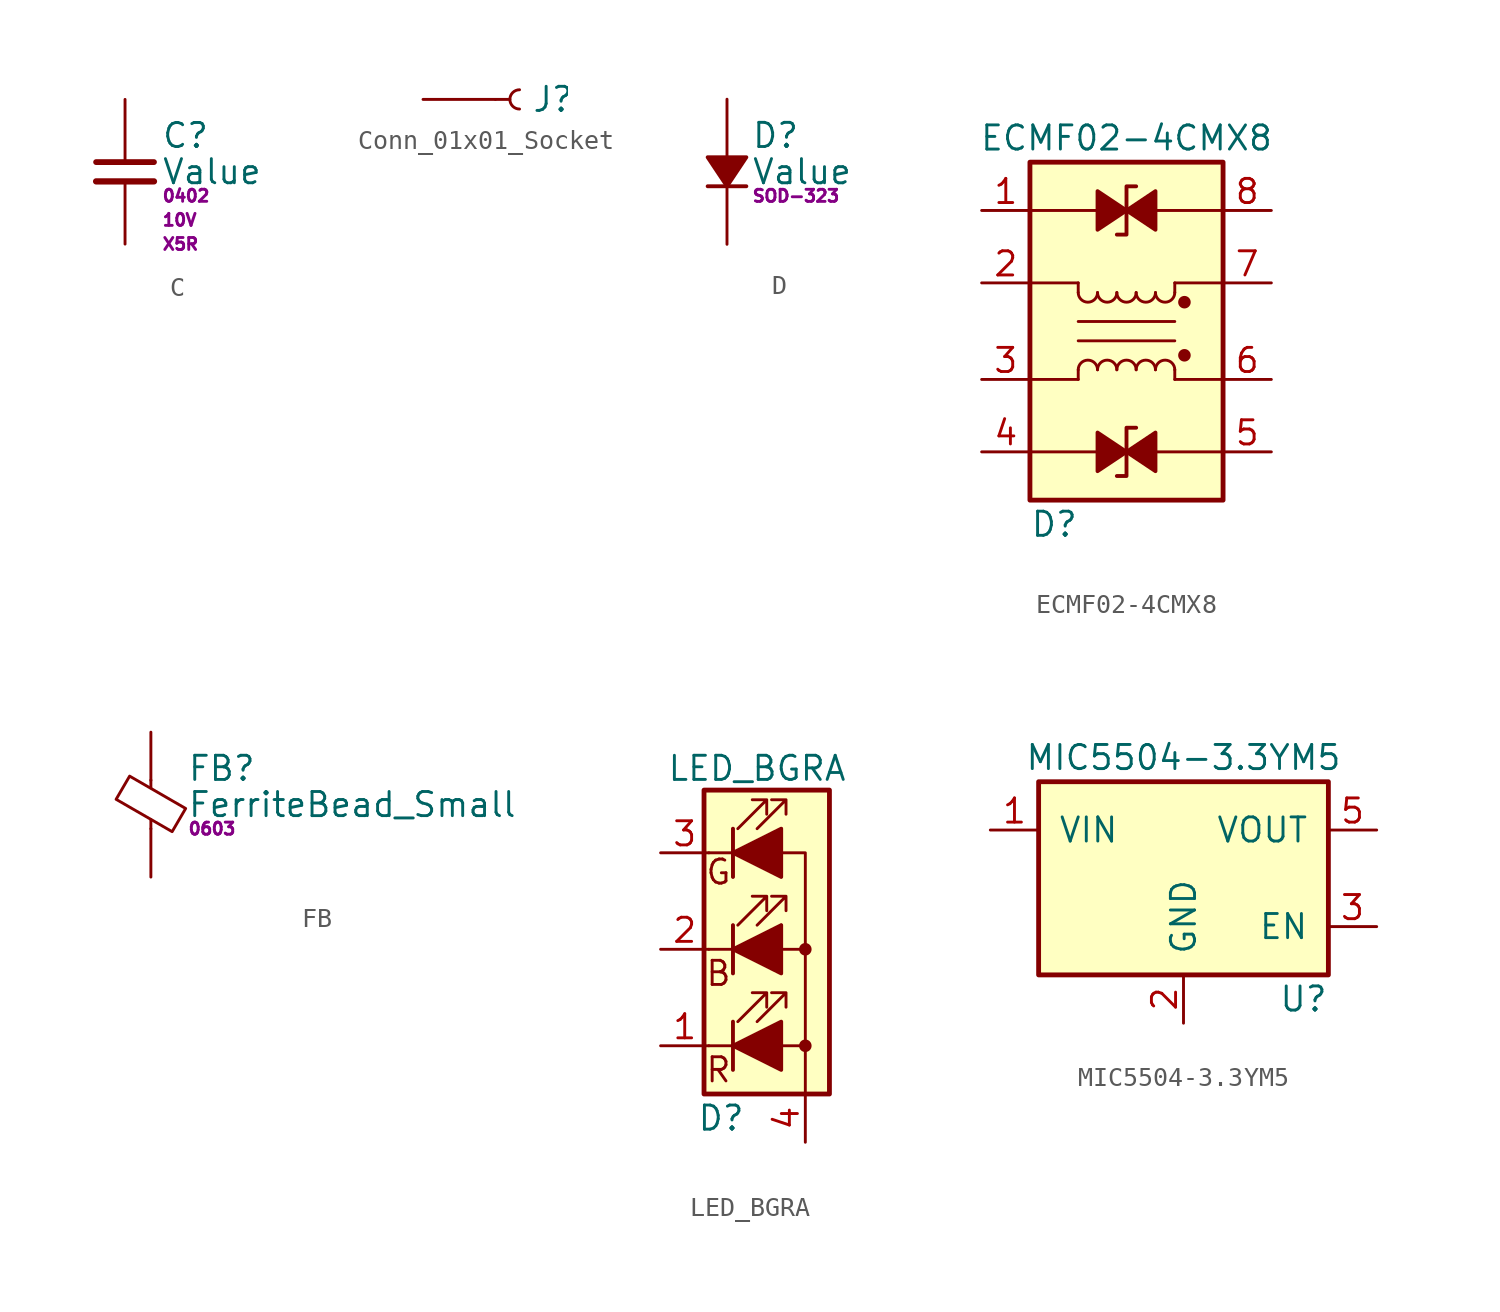
<source format=kicad_sym>
(kicad_symbol_lib
  (version 20231120)
  (generator "kicad_symbol_editor")
  (generator_version "8.0")
  (symbol "C"
    (pin_numbers hide)
    (pin_names
      (offset 0.254) hide)
    (property "Reference" "C"
      (at 1.905 1.905 0)
      (do_not_autoplace)
      (effects (font (size 1.27 1.27)) (justify left)))
    (property "Value" "Value"
      (at 1.905 0 0)
      (do_not_autoplace)
      (effects (font (size 1.27 1.27)) (justify left)))
    (property "Tempco" "X5R"
      (at 1.905 -3.81 0)
      (do_not_autoplace)
      (effects (font (size 0.63 0.63)) (justify left)))
    (property "Voltage" "10V"
      (at 1.905 -2.54 0)
      (do_not_autoplace)
      (effects (font (size 0.63 0.63)) (justify left)))
    (property "Package" "0402"
      (at 1.905 -1.27 0)
      (do_not_autoplace)
      (effects (font (size 0.635 0.635)) (justify left)))
    (symbol "C_0_1"
      (polyline (pts (xy -1.524 -0.508) (xy 1.524 -0.508)) (stroke (width 0.33) (type solid)) (fill (type none)))
      (polyline (pts (xy -1.524 0.508) (xy 1.524 0.508)) (stroke (width 0.305) (type solid)) (fill (type none))))
    (symbol "C_1_1"
      (pin passive line (at 0 3.81 270) (length 3.302) (name "~" (effects (font (size 1.27 1.27)))) (number "1" (effects (font (size 1.27 1.27)))))
      (pin passive line (at 0 -3.81 90) (length 3.302) (name "~" (effects (font (size 1.27 1.27)))) (number "2" (effects (font (size 1.27 1.27)))))))
  (symbol "Conn_01x01_Socket"
    (pin_numbers hide)
    (pin_names
      (offset 1.016) hide)
    (property "Reference" "J"
      (at 0.635 0 0)
      (do_not_autoplace)
      (effects (font (size 1.27 1.27)) (justify left)))
    (symbol "Conn_01x01_Socket_1_1"
      (polyline (pts (xy -1.27 0) (xy -0.508 0)) (stroke (width 0.152) (type default)) (fill (type none)))
      (arc (start 0 0.508) (mid -0.5058 0) (end 0 -0.508) (stroke (width 0.1524) (type default)) (fill (type none)))
      (pin passive line (at -5.08 0 0) (length 3.81) (name "Pin_1" (effects (font (size 1.27 1.27)))) (number "1" (effects (font (size 1.27 1.27)))))))
  (symbol "D"
    (pin_numbers hide)
    (pin_names
      (offset 0.254) hide)
    (property "Reference" "D"
      (at 1.27 1.905 0)
      (do_not_autoplace)
      (effects (font (size 1.27 1.27)) (justify left)))
    (property "Value" "Value"
      (at 1.27 0 0)
      (do_not_autoplace)
      (effects (font (size 1.27 1.27)) (justify left)))
    (property "Package" "SOD-323"
      (at 1.27 -1.27 0)
      (do_not_autoplace)
      (effects (font (size 0.635 0.635)) (justify left)))
    (symbol "D_0_1"
      (polyline (pts (xy 0 -0.762) (xy 0 0.762)) (stroke (width 0) (type solid)) (fill (type none))))
    (symbol "D_1_1"
      (polyline (pts (xy 1.016 -0.762) (xy -1.016 -0.762)) (stroke (width 0.203) (type solid)) (fill (type none)))
      (polyline (pts (xy 1.016 0.762) (xy 0 -0.762) (xy -1.016 0.762) (xy 1.016 0.762)) (stroke (width 0.203) (type solid)) (fill (type outline)))
      (pin passive line (at 0 -3.81 90) (length 3.048) (name "K" (effects (font (size 1.27 1.27)))) (number "1" (effects (font (size 1.27 1.27)))))
      (pin passive line (at 0 3.81 270) (length 3.048) (name "A" (effects (font (size 1.27 1.27)))) (number "2" (effects (font (size 1.27 1.27)))))))
  (symbol "ECMF02-4CMX8"
    (pin_names
      (offset 1.016) hide)
    (property "Reference" "D"
      (at -8.89 -10.16 0)
      (do_not_autoplace)
      (effects (font (size 1.27 1.27)) (justify left)))
    (property "Value" "ECMF02-4CMX8"
      (at -3.81 10.16 0)
      (do_not_autoplace)
      (effects (font (size 1.27 1.27))))
    (symbol "ECMF02-4CMX8_0_1"
      (arc (start -6.35 2.032) (mid -5.842 1.5262) (end -5.334 2.032) (stroke (width 0) (type default)) (fill (type none)))
      (arc (start -5.334 -2.032) (mid -5.842 -1.5262) (end -6.35 -2.032) (stroke (width 0) (type default)) (fill (type none)))
      (arc (start -5.334 2.032) (mid -4.826 1.5262) (end -4.318 2.032) (stroke (width 0) (type default)) (fill (type none)))
      (arc (start -4.318 -2.032) (mid -4.826 -1.5262) (end -5.334 -2.032) (stroke (width 0) (type default)) (fill (type none)))
      (arc (start -4.318 2.032) (mid -3.81 1.5262) (end -3.302 2.032) (stroke (width 0) (type default)) (fill (type none)))
      (arc (start -3.302 -2.032) (mid -3.81 -1.5262) (end -4.318 -2.032) (stroke (width 0) (type default)) (fill (type none)))
      (arc (start -3.302 2.032) (mid -2.794 1.5262) (end -2.286 2.032) (stroke (width 0) (type default)) (fill (type none)))
      (arc (start -2.286 -2.032) (mid -2.794 -1.5262) (end -3.302 -2.032) (stroke (width 0) (type default)) (fill (type none)))
      (arc (start -2.286 2.032) (mid -1.778 1.5262) (end -1.27 2.032) (stroke (width 0) (type default)) (fill (type none)))
      (arc (start -1.27 -2.032) (mid -1.778 -1.5262) (end -2.286 -2.032) (stroke (width 0) (type default)) (fill (type none)))
      (circle (center -0.762 -1.27) (radius 0.254) (stroke (width 0) (type default)) (fill (type outline)))
      (circle (center -0.762 1.524) (radius 0.254) (stroke (width 0) (type default)) (fill (type outline)))
      (polyline (pts (xy -6.35 -2.54) (xy -8.89 -2.54)) (stroke (width 0) (type default)) (fill (type none)))
      (polyline (pts (xy -6.35 -2.032) (xy -6.35 -2.54)) (stroke (width 0) (type default)) (fill (type none)))
      (polyline (pts (xy -6.35 -0.508) (xy -1.27 -0.508)) (stroke (width 0) (type default)) (fill (type none)))
      (polyline (pts (xy -6.35 2.54) (xy -8.89 2.54)) (stroke (width 0) (type default)) (fill (type none)))
      (polyline (pts (xy -6.35 2.54) (xy -6.35 2.032)) (stroke (width 0) (type default)) (fill (type none)))
      (polyline (pts (xy -5.08 -6.35) (xy -8.89 -6.35)) (stroke (width 0) (type default)) (fill (type none)))
      (polyline (pts (xy -5.08 -6.35) (xy -2.54 -6.35)) (stroke (width 0) (type solid)) (fill (type none)))
      (polyline (pts (xy -5.08 6.35) (xy -8.89 6.35)) (stroke (width 0) (type default)) (fill (type none)))
      (polyline (pts (xy -5.08 6.35) (xy -2.54 6.35)) (stroke (width 0) (type solid)) (fill (type none)))
      (polyline (pts (xy -1.27 -2.54) (xy 1.27 -2.54)) (stroke (width 0) (type default)) (fill (type none)))
      (polyline (pts (xy -1.27 -2.032) (xy -1.27 -2.54)) (stroke (width 0) (type default)) (fill (type none)))
      (polyline (pts (xy -1.27 0.508) (xy -6.35 0.508)) (stroke (width 0) (type default)) (fill (type none)))
      (polyline (pts (xy -1.27 2.032) (xy -1.27 2.54)) (stroke (width 0) (type default)) (fill (type none)))
      (polyline (pts (xy 1.27 -6.35) (xy -2.54 -6.35)) (stroke (width 0) (type default)) (fill (type none)))
      (polyline (pts (xy 1.27 2.54) (xy -1.27 2.54)) (stroke (width 0) (type default)) (fill (type none)))
      (polyline (pts (xy 1.27 6.35) (xy -2.54 6.35)) (stroke (width 0) (type default)) (fill (type none)))
      (polyline (pts (xy -4.318 -7.62) (xy -3.81 -7.62) (xy -3.81 -5.08) (xy -3.302 -5.08)) (stroke (width 0.203) (type solid)) (fill (type none)))
      (polyline (pts (xy -4.318 5.08) (xy -3.81 5.08) (xy -3.81 7.62) (xy -3.302 7.62)) (stroke (width 0.203) (type solid)) (fill (type none))))
    (symbol "ECMF02-4CMX8_1_1"
      (rectangle (start -8.89 8.89) (end 1.27 -8.89) (stroke (width 0.254) (type default)) (fill (type background)))
      (polyline (pts (xy -5.334 -5.334) (xy -3.81 -6.35) (xy -5.334 -7.366) (xy -5.334 -5.334)) (stroke (width 0.203) (type solid)) (fill (type outline)))
      (polyline (pts (xy -5.334 7.366) (xy -3.81 6.35) (xy -5.334 5.334) (xy -5.334 7.366)) (stroke (width 0.203) (type solid)) (fill (type outline)))
      (polyline (pts (xy -2.286 -7.366) (xy -3.81 -6.35) (xy -2.286 -5.334) (xy -2.286 -7.366)) (stroke (width 0.203) (type solid)) (fill (type outline)))
      (polyline (pts (xy -2.286 5.334) (xy -3.81 6.35) (xy -2.286 7.366) (xy -2.286 5.334)) (stroke (width 0.203) (type solid)) (fill (type outline)))
      (pin passive line (at -11.43 6.35 0) (length 2.54) (name "~" (effects (font (size 1.27 1.27)))) (number "1" (effects (font (size 1.27 1.27)))))
      (pin passive line (at -11.43 2.54 0) (length 2.54) (name "~" (effects (font (size 1.27 1.27)))) (number "2" (effects (font (size 1.27 1.27)))))
      (pin passive line (at -11.43 -2.54 0) (length 2.54) (name "~" (effects (font (size 1.27 1.27)))) (number "3" (effects (font (size 1.27 1.27)))))
      (pin passive line (at -11.43 -6.35 0) (length 2.54) (name "~" (effects (font (size 1.27 1.27)))) (number "4" (effects (font (size 1.27 1.27)))))
      (pin passive line (at 3.81 -6.35 180) (length 2.54) (name "~" (effects (font (size 1.27 1.27)))) (number "5" (effects (font (size 1.27 1.27)))))
      (pin passive line (at 3.81 -2.54 180) (length 2.54) (name "~" (effects (font (size 1.27 1.27)))) (number "6" (effects (font (size 1.27 1.27)))))
      (pin passive line (at 3.81 2.54 180) (length 2.54) (name "~" (effects (font (size 1.27 1.27)))) (number "7" (effects (font (size 1.27 1.27)))))
      (pin passive line (at 3.81 6.35 180) (length 2.54) (name "~" (effects (font (size 1.27 1.27)))) (number "8" (effects (font (size 1.27 1.27)))))))
  (symbol "FB"
    (pin_numbers hide)
    (pin_names
      (offset 0))
    (property "Reference" "FB"
      (at 1.905 1.905 0)
      (do_not_autoplace)
      (effects (font (size 1.27 1.27)) (justify left)))
    (property "Value" "FerriteBead_Small"
      (at 1.905 0 0)
      (do_not_autoplace)
      (effects (font (size 1.27 1.27)) (justify left)))
    (property "Package" "0603"
      (at 1.905 -1.27 0)
      (do_not_autoplace)
      (effects (font (size 0.635 0.635)) (justify left)))
    (symbol "FB_0_1"
      (polyline (pts (xy 0 -1.27) (xy 0 -0.787)) (stroke (width 0) (type default)) (fill (type none)))
      (polyline (pts (xy 0 0.889) (xy 0 1.295)) (stroke (width 0) (type default)) (fill (type none)))
      (polyline (pts (xy -1.829 0.279) (xy -1.118 1.499) (xy 1.829 -0.203) (xy 1.118 -1.422) (xy -1.829 0.279)) (stroke (width 0) (type default)) (fill (type none))))
    (symbol "FB_1_1"
      (pin passive line (at 0 3.81 270) (length 2.54) (name "~" (effects (font (size 1.27 1.27)))) (number "1" (effects (font (size 1.27 1.27)))))
      (pin passive line (at 0 -3.81 90) (length 2.54) (name "~" (effects (font (size 1.27 1.27)))) (number "2" (effects (font (size 1.27 1.27)))))))
  (symbol "LED_BGRA"
    (pin_names
      (offset 0) hide)
    (property "Reference" "D"
      (at -3.175 -8.89 0)
      (do_not_autoplace)
      (effects (font (size 1.27 1.27)) (justify left)))
    (property "Value" "LED_BGRA"
      (at 0 9.525 0)
      (do_not_autoplace)
      (effects (font (size 1.27 1.27))))
    (symbol "LED_BGRA_0_0"
      (text "G" (at -2.032 4.064 0) (effects (font (size 1.27 1.27)))))
    (symbol "LED_BGRA_0_1"
      (rectangle (start -2.794 8.382) (end 3.81 -7.62) (stroke (width 0.254) (type default)) (fill (type background)))
      (polyline (pts (xy -1.27 -5.08) (xy -2.54 -5.08)) (stroke (width 0) (type default)) (fill (type none)))
      (polyline (pts (xy -1.27 -5.08) (xy 1.27 -5.08)) (stroke (width 0) (type default)) (fill (type none)))
      (polyline (pts (xy -1.27 0) (xy -2.54 0)) (stroke (width 0) (type default)) (fill (type none)))
      (polyline (pts (xy -1.27 5.08) (xy -2.54 5.08)) (stroke (width 0) (type default)) (fill (type none)))
      (polyline (pts (xy -1.27 5.08) (xy 1.27 5.08)) (stroke (width 0) (type default)) (fill (type none)))
      (polyline (pts (xy 1.27 0) (xy -1.27 0)) (stroke (width 0) (type default)) (fill (type none)))
      (polyline (pts (xy 1.27 0) (xy 2.54 0)) (stroke (width 0) (type default)) (fill (type none)))
      (polyline (pts (xy -1.27 1.27) (xy -1.27 -1.27) (xy -1.27 -1.27)) (stroke (width 0) (type default)) (fill (type none)))
      (polyline (pts (xy -1.27 6.35) (xy -1.27 3.81) (xy -1.27 3.81)) (stroke (width 0) (type default)) (fill (type none)))
      (polyline (pts (xy 1.27 -5.08) (xy 2.54 -5.08) (xy 2.54 5.08) (xy 1.27 5.08)) (stroke (width 0) (type default)) (fill (type none)))
      (polyline (pts (xy -1.016 -3.81) (xy 0.508 -2.286) (xy -0.254 -2.286) (xy 0.508 -2.286) (xy 0.508 -3.048)) (stroke (width 0) (type default)) (fill (type none)))
      (polyline (pts (xy -1.016 1.27) (xy 0.508 2.794) (xy -0.254 2.794) (xy 0.508 2.794) (xy 0.508 2.032)) (stroke (width 0) (type default)) (fill (type none)))
      (polyline (pts (xy -1.016 6.35) (xy 0.508 7.874) (xy -0.254 7.874) (xy 0.508 7.874) (xy 0.508 7.112)) (stroke (width 0) (type default)) (fill (type none)))
      (polyline (pts (xy 0 -3.81) (xy 1.524 -2.286) (xy 0.762 -2.286) (xy 1.524 -2.286) (xy 1.524 -3.048)) (stroke (width 0) (type default)) (fill (type none)))
      (polyline (pts (xy 0 1.27) (xy 1.524 2.794) (xy 0.762 2.794) (xy 1.524 2.794) (xy 1.524 2.032)) (stroke (width 0) (type default)) (fill (type none)))
      (polyline (pts (xy 0 6.35) (xy 1.524 7.874) (xy 0.762 7.874) (xy 1.524 7.874) (xy 1.524 7.112)) (stroke (width 0) (type default)) (fill (type none)))
      (rectangle (start 1.27 -1.27) (end 1.27 1.27) (stroke (width 0) (type default)) (fill (type none)))
      (rectangle (start 1.27 1.27) (end 1.27 1.27) (stroke (width 0) (type default)) (fill (type none)))
      (rectangle (start 1.27 3.81) (end 1.27 6.35) (stroke (width 0) (type default)) (fill (type none)))
      (rectangle (start 1.27 6.35) (end 1.27 6.35) (stroke (width 0) (type default)) (fill (type none)))
      (circle (center 2.54 -5.08) (radius 0.254) (stroke (width 0) (type default)) (fill (type outline)))
      (circle (center 2.54 0) (radius 0.254) (stroke (width 0) (type default)) (fill (type outline))))
    (symbol "LED_BGRA_1_0"
      (text "B" (at -2.032 -1.27 0) (effects (font (size 1.27 1.27))))
      (text "R" (at -2.032 -6.35 0) (effects (font (size 1.27 1.27)))))
    (symbol "LED_BGRA_1_1"
      (polyline (pts (xy -1.27 -3.81) (xy -1.27 -6.35)) (stroke (width 0.203) (type default)) (fill (type none)))
      (polyline (pts (xy -1.27 1.27) (xy -1.27 -1.27)) (stroke (width 0.203) (type default)) (fill (type none)))
      (polyline (pts (xy -1.27 6.35) (xy -1.27 3.81)) (stroke (width 0.203) (type default)) (fill (type none)))
      (polyline (pts (xy 2.54 -5.08) (xy 2.54 -7.62)) (stroke (width 0) (type default)) (fill (type none)))
      (polyline (pts (xy 1.27 -3.81) (xy 1.27 -6.35) (xy -1.27 -5.08) (xy 1.27 -3.81)) (stroke (width 0.203) (type default)) (fill (type outline)))
      (polyline (pts (xy 1.27 1.27) (xy 1.27 -1.27) (xy -1.27 0) (xy 1.27 1.27)) (stroke (width 0.203) (type default)) (fill (type outline)))
      (polyline (pts (xy 1.27 6.35) (xy 1.27 3.81) (xy -1.27 5.08) (xy 1.27 6.35)) (stroke (width 0.203) (type default)) (fill (type outline)))
      (pin passive line (at -5.08 -5.08 0) (length 2.54) (name "BK" (effects (font (size 1.27 1.27)))) (number "1" (effects (font (size 1.27 1.27)))))
      (pin passive line (at -5.08 0 0) (length 2.54) (name "GK" (effects (font (size 1.27 1.27)))) (number "2" (effects (font (size 1.27 1.27)))))
      (pin passive line (at -5.08 5.08 0) (length 2.54) (name "RK" (effects (font (size 1.27 1.27)))) (number "3" (effects (font (size 1.27 1.27)))))
      (pin passive line (at 2.54 -10.16 90) (length 2.54) (name "A" (effects (font (size 1.27 1.27)))) (number "4" (effects (font (size 1.27 1.27)))))))
  (symbol "MIC5504-3.3YM5"
    (pin_names
      (offset 1.016))
    (property "Reference" "U"
      (at 7.62 -6.35 0)
      (do_not_autoplace)
      (effects (font (size 1.27 1.27)) (justify right)))
    (property "Value" "MIC5504-3.3YM5"
      (at 0 6.35 0)
      (do_not_autoplace)
      (effects (font (size 1.27 1.27))))
    (symbol "MIC5504-3.3YM5_0_1"
      (rectangle (start -7.62 -5.08) (end 7.62 5.08) (stroke (width 0.254) (type solid)) (fill (type background))))
    (symbol "MIC5504-3.3YM5_1_1"
      (pin power_in line (at -10.16 2.54 0) (length 2.54) (name "VIN" (effects (font (size 1.27 1.27)))) (number "1" (effects (font (size 1.27 1.27)))))
      (pin power_in line (at 0 -7.62 90) (length 2.54) (name "GND" (effects (font (size 1.27 1.27)))) (number "2" (effects (font (size 1.27 1.27)))))
      (pin input line (at 10.16 -2.54 180) (length 2.54) (name "EN" (effects (font (size 1.27 1.27)))) (number "3" (effects (font (size 1.27 1.27)))))
      (pin no_connect line (at -10.16 -2.54 0) (length 2.54) hide (name "NC" (effects (font (size 1.27 1.27)))) (number "4" (effects (font (size 1.27 1.27)))))
      (pin power_out line (at 10.16 2.54 180) (length 2.54) (name "VOUT" (effects (font (size 1.27 1.27)))) (number "5" (effects (font (size 1.27 1.27))))))))
</source>
